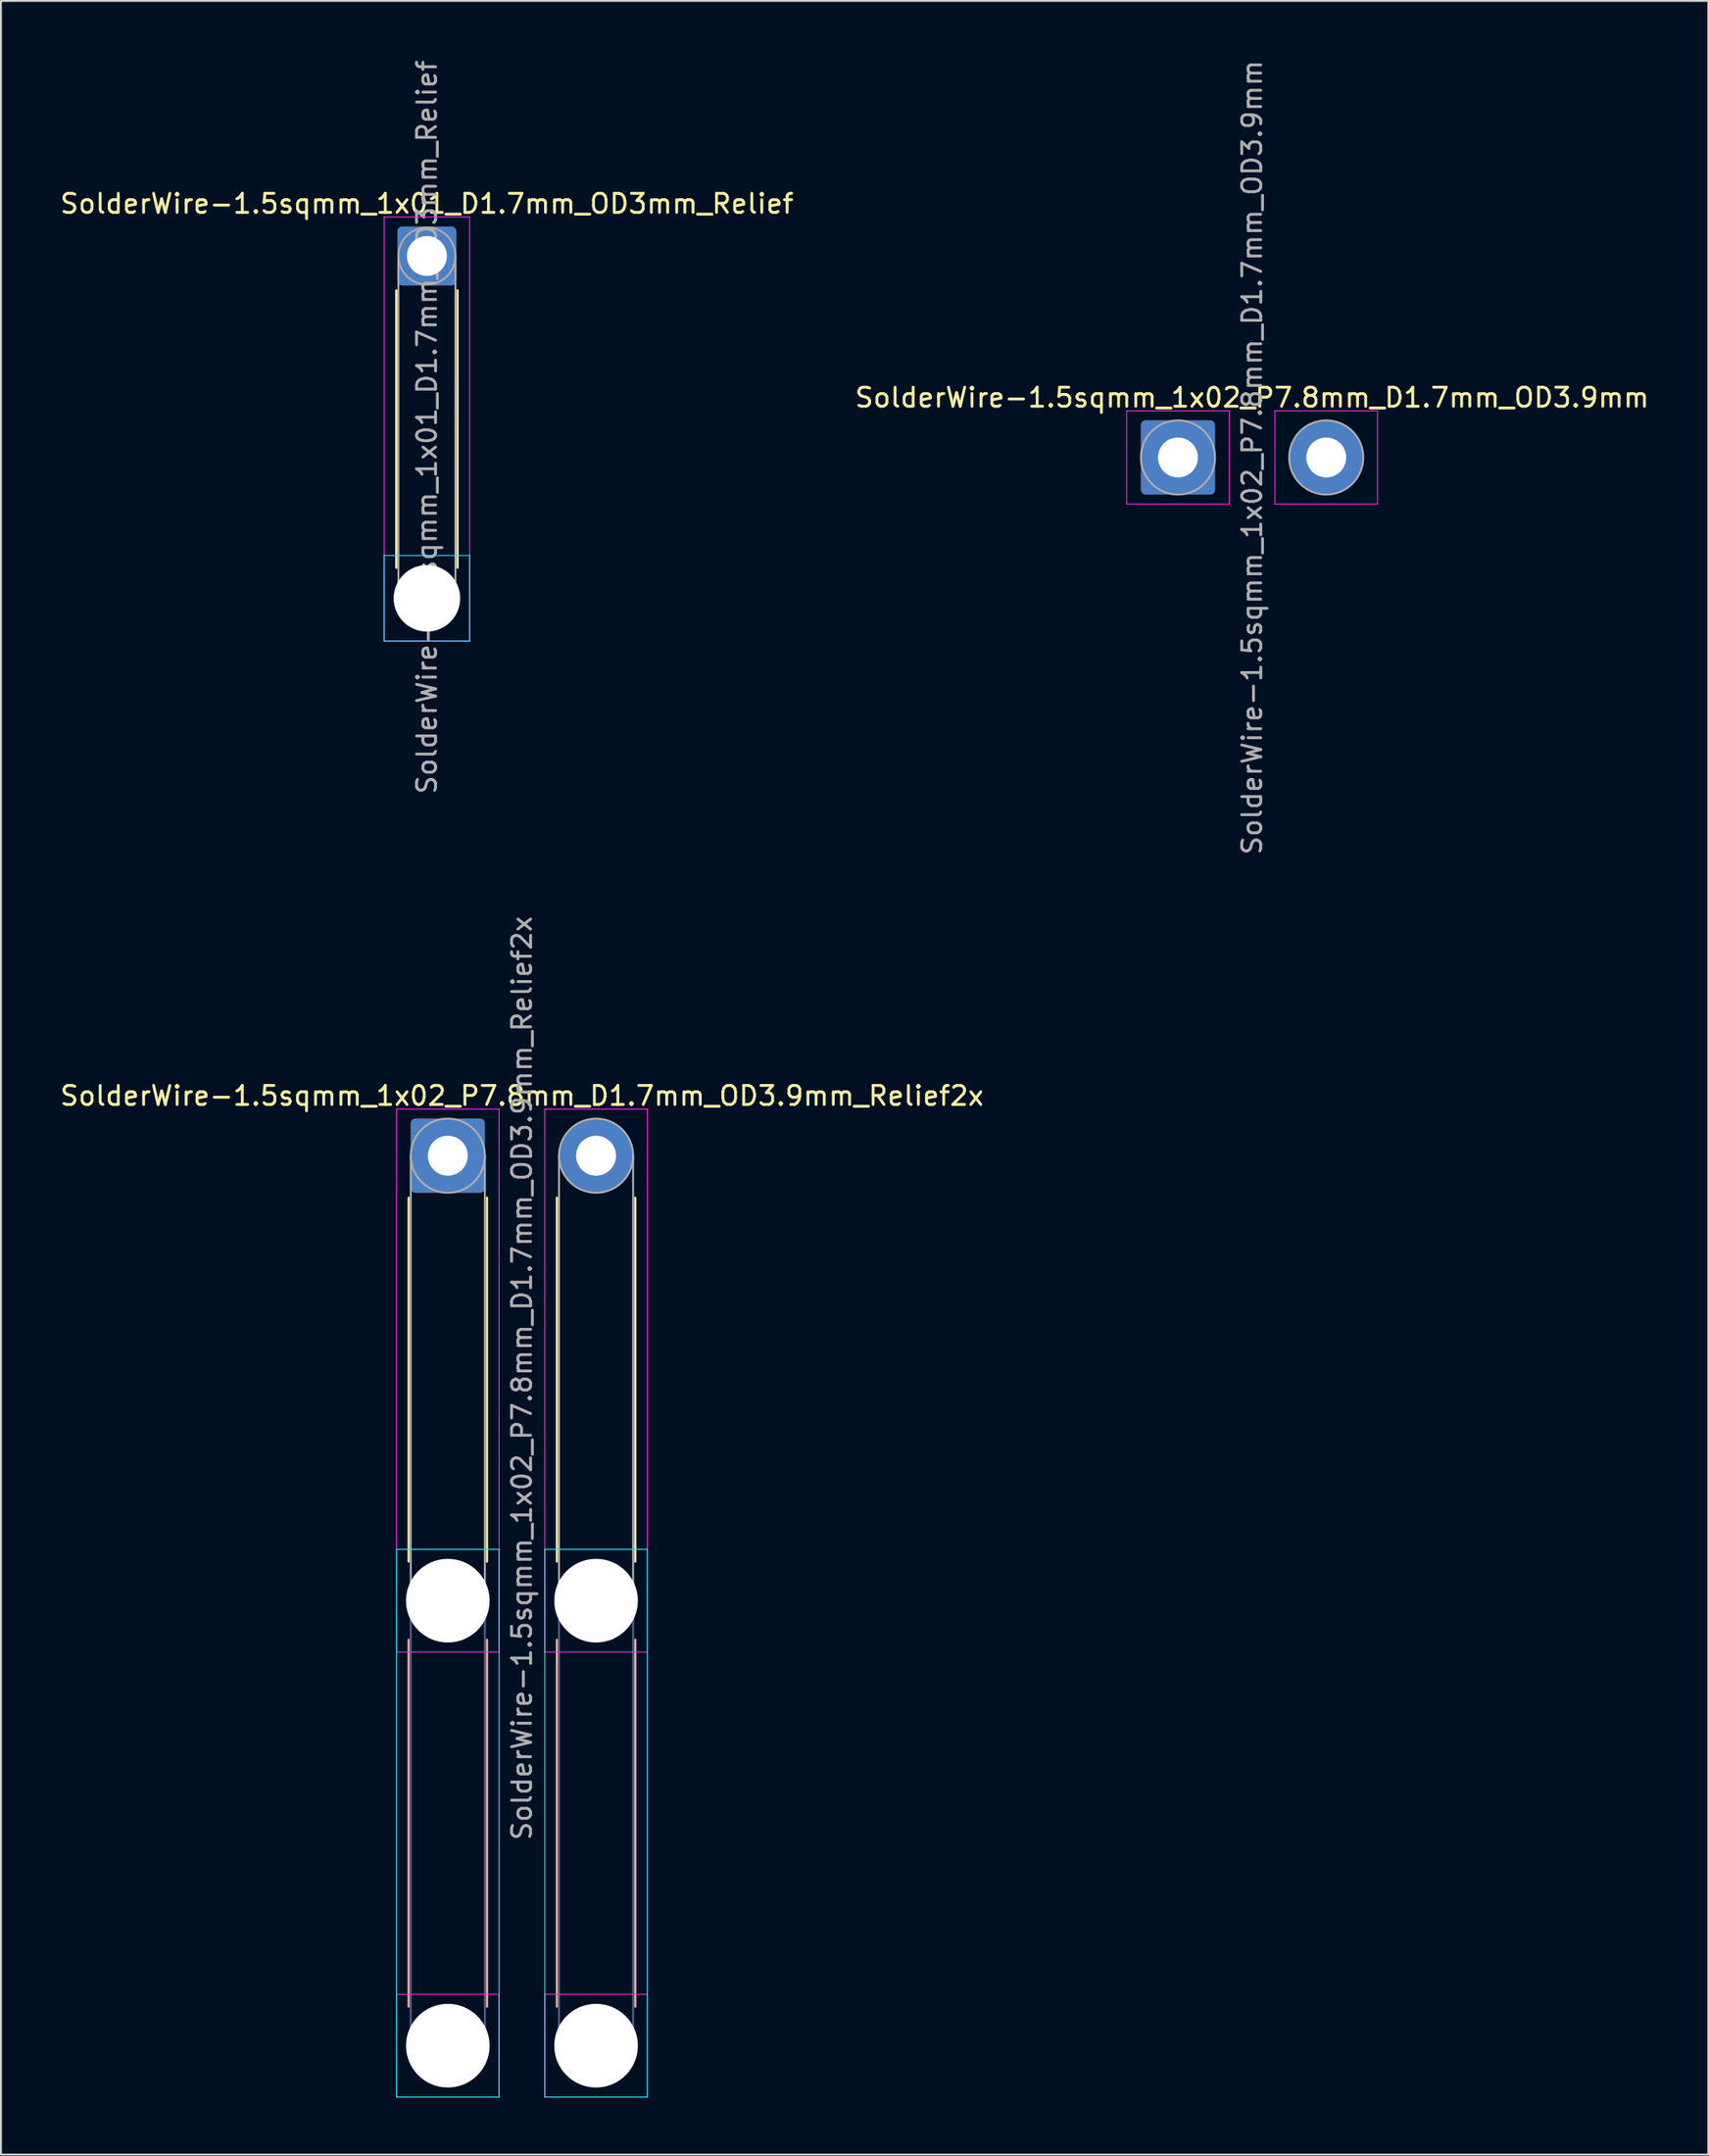
<source format=kicad_pcb>
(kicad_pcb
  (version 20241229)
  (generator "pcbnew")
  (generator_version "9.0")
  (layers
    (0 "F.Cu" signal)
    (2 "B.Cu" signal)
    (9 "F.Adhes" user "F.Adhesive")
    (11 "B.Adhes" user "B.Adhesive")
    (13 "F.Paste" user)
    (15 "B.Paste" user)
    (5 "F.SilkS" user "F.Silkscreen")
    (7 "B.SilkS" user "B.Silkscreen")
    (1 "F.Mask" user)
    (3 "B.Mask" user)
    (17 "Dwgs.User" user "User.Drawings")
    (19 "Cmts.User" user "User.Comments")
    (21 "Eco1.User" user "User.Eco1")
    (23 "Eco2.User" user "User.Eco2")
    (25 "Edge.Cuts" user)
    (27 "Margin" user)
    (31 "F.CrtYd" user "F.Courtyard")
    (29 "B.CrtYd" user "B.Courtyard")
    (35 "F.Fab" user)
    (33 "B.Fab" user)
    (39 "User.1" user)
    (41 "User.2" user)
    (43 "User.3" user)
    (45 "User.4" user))
  (footprint "SolderWire-1.5sqmm_1x02_P7.8mm_D1.7mm_OD3.9mm_Relief2x"
    (layer "F.Cu")
    (at 20.511 57.723)
    (property "Reference" "SolderWire-1.5sqmm_1x02_P7.8mm_D1.7mm_OD3.9mm_Relief2x" (at 3.9 -3.15 0) (layer "F.SilkS") (effects (font (size 1 1) (thickness 0.15))))
    (attr exclude_from_pos_files exclude_from_bom)
    (fp_line (start -2.06 2.21) (end -2.06 21.34) (stroke (width 0.12) (type solid)) (layer "F.SilkS"))
    (fp_line (start 2.06 2.21) (end 2.06 21.34) (stroke (width 0.12) (type solid)) (layer "F.SilkS"))
    (fp_line (start 5.74 2.21) (end 5.74 21.34) (stroke (width 0.12) (type solid)) (layer "F.SilkS"))
    (fp_line (start 9.86 2.21) (end 9.86 21.34) (stroke (width 0.12) (type solid)) (layer "F.SilkS"))
    (fp_line (start -2.06 25.46) (end -2.06 44.74) (stroke (width 0.12) (type solid)) (layer "B.SilkS"))
    (fp_line (start 2.06 25.46) (end 2.06 44.74) (stroke (width 0.12) (type solid)) (layer "B.SilkS"))
    (fp_line (start 5.74 25.46) (end 5.74 44.74) (stroke (width 0.12) (type solid)) (layer "B.SilkS"))
    (fp_line (start 9.86 25.46) (end 9.86 44.74) (stroke (width 0.12) (type solid)) (layer "B.SilkS"))
    (fp_line (start -2.7 20.7) (end -2.7 49.5) (stroke (width 0.05) (type solid)) (layer "B.CrtYd"))
    (fp_line (start -2.7 49.5) (end 2.7 49.5) (stroke (width 0.05) (type solid)) (layer "B.CrtYd"))
    (fp_line (start 2.7 20.7) (end -2.7 20.7) (stroke (width 0.05) (type solid)) (layer "B.CrtYd"))
    (fp_line (start 2.7 49.5) (end 2.7 20.7) (stroke (width 0.05) (type solid)) (layer "B.CrtYd"))
    (fp_line (start 5.1 20.7) (end 5.1 49.5) (stroke (width 0.05) (type solid)) (layer "B.CrtYd"))
    (fp_line (start 5.1 49.5) (end 10.5 49.5) (stroke (width 0.05) (type solid)) (layer "B.CrtYd"))
    (fp_line (start 10.5 20.7) (end 5.1 20.7) (stroke (width 0.05) (type solid)) (layer "B.CrtYd"))
    (fp_line (start 10.5 49.5) (end 10.5 20.7) (stroke (width 0.05) (type solid)) (layer "B.CrtYd"))
    (fp_line (start -2.7 -2.45) (end -2.7 26.1) (stroke (width 0.05) (type solid)) (layer "F.CrtYd"))
    (fp_line (start -2.7 26.1) (end 2.7 26.1) (stroke (width 0.05) (type solid)) (layer "F.CrtYd"))
    (fp_line (start -2.7 44.1) (end -2.7 49.5) (stroke (width 0.05) (type solid)) (layer "F.CrtYd"))
    (fp_line (start -2.7 49.5) (end 2.7 49.5) (stroke (width 0.05) (type solid)) (layer "F.CrtYd"))
    (fp_line (start 2.7 -2.45) (end -2.7 -2.45) (stroke (width 0.05) (type solid)) (layer "F.CrtYd"))
    (fp_line (start 2.7 26.1) (end 2.7 -2.45) (stroke (width 0.05) (type solid)) (layer "F.CrtYd"))
    (fp_line (start 2.7 44.1) (end -2.7 44.1) (stroke (width 0.05) (type solid)) (layer "F.CrtYd"))
    (fp_line (start 2.7 49.5) (end 2.7 44.1) (stroke (width 0.05) (type solid)) (layer "F.CrtYd"))
    (fp_line (start 5.1 -2.45) (end 5.1 26.1) (stroke (width 0.05) (type solid)) (layer "F.CrtYd"))
    (fp_line (start 5.1 26.1) (end 10.5 26.1) (stroke (width 0.05) (type solid)) (layer "F.CrtYd"))
    (fp_line (start 5.1 44.1) (end 5.1 49.5) (stroke (width 0.05) (type solid)) (layer "F.CrtYd"))
    (fp_line (start 5.1 49.5) (end 10.5 49.5) (stroke (width 0.05) (type solid)) (layer "F.CrtYd"))
    (fp_line (start 10.5 -2.45) (end 5.1 -2.45) (stroke (width 0.05) (type solid)) (layer "F.CrtYd"))
    (fp_line (start 10.5 26.1) (end 10.5 -2.45) (stroke (width 0.05) (type solid)) (layer "F.CrtYd"))
    (fp_line (start 10.5 44.1) (end 5.1 44.1) (stroke (width 0.05) (type solid)) (layer "F.CrtYd"))
    (fp_line (start 10.5 49.5) (end 10.5 44.1) (stroke (width 0.05) (type solid)) (layer "F.CrtYd"))
    (fp_line (start -1.95 23.4) (end -1.95 46.8) (stroke (width 0.1) (type solid)) (layer "B.Fab"))
    (fp_line (start 1.95 23.4) (end 1.95 46.8) (stroke (width 0.1) (type solid)) (layer "B.Fab"))
    (fp_line (start 5.85 23.4) (end 5.85 46.8) (stroke (width 0.1) (type solid)) (layer "B.Fab"))
    (fp_line (start 9.75 23.4) (end 9.75 46.8) (stroke (width 0.1) (type solid)) (layer "B.Fab"))
    (fp_circle (center 0 23.4) (end 1.95 23.4) (stroke (width 0.1) (type solid)) (fill no) (layer "B.Fab"))
    (fp_circle (center 0 46.8) (end 1.95 46.8) (stroke (width 0.1) (type solid)) (fill no) (layer "B.Fab"))
    (fp_circle (center 7.8 23.4) (end 9.75 23.4) (stroke (width 0.1) (type solid)) (fill no) (layer "B.Fab"))
    (fp_circle (center 7.8 46.8) (end 9.75 46.8) (stroke (width 0.1) (type solid)) (fill no) (layer "B.Fab"))
    (fp_line (start -1.95 0) (end -1.95 23.4) (stroke (width 0.1) (type solid)) (layer "F.Fab"))
    (fp_line (start 1.95 0) (end 1.95 23.4) (stroke (width 0.1) (type solid)) (layer "F.Fab"))
    (fp_line (start 5.85 0) (end 5.85 23.4) (stroke (width 0.1) (type solid)) (layer "F.Fab"))
    (fp_line (start 9.75 0) (end 9.75 23.4) (stroke (width 0.1) (type solid)) (layer "F.Fab"))
    (fp_circle (center 0 0) (end 1.95 0) (stroke (width 0.1) (type solid)) (fill no) (layer "F.Fab"))
    (fp_circle (center 0 23.4) (end 1.95 23.4) (stroke (width 0.1) (type solid)) (fill no) (layer "F.Fab"))
    (fp_circle (center 0 46.8) (end 1.95 46.8) (stroke (width 0.1) (type solid)) (fill no) (layer "F.Fab"))
    (fp_circle (center 7.8 0) (end 9.75 0) (stroke (width 0.1) (type solid)) (fill no) (layer "F.Fab"))
    (fp_circle (center 7.8 23.4) (end 9.75 23.4) (stroke (width 0.1) (type solid)) (fill no) (layer "F.Fab"))
    (fp_circle (center 7.8 46.8) (end 9.75 46.8) (stroke (width 0.1) (type solid)) (fill no) (layer "F.Fab"))
    (fp_text user "${REFERENCE}" (at 3.9 11.7 90) (layer "F.Fab") (effects (font (size 1 1) (thickness 0.15))))
    (pad "" np_thru_hole circle (at 0 23.4) (size 4.4 4.4) (drill 4.4) (layers "*.Cu" "*.Mask"))
    (pad "" np_thru_hole circle (at 0 46.8) (size 4.4 4.4) (drill 4.4) (layers "*.Cu" "*.Mask"))
    (pad "" np_thru_hole circle (at 7.8 23.4) (size 4.4 4.4) (drill 4.4) (layers "*.Cu" "*.Mask"))
    (pad "" np_thru_hole circle (at 7.8 46.8) (size 4.4 4.4) (drill 4.4) (layers "*.Cu" "*.Mask"))
    (pad "1" thru_hole roundrect (at 0 0) (size 3.9 3.9) (drill 2.1) (layers "*.Cu" "*.Mask") (roundrect_rratio 0.064))
    (pad "2" thru_hole circle (at 7.8 0) (size 3.9 3.9) (drill 2.1) (layers "*.Cu" "*.Mask")))
  (footprint "SolderWire-1.5sqmm_1x02_P7.8mm_D1.7mm_OD3.9mm"
    (layer "F.Cu")
    (at 58.927 21.006)
    (property "Reference" "SolderWire-1.5sqmm_1x02_P7.8mm_D1.7mm_OD3.9mm" (at 3.9 -3.15 0) (layer "F.SilkS") (effects (font (size 1 1) (thickness 0.15))))
    (attr exclude_from_pos_files exclude_from_bom)
    (fp_line (start -2.7 -2.45) (end -2.7 2.45) (stroke (width 0.05) (type solid)) (layer "F.CrtYd"))
    (fp_line (start -2.7 2.45) (end 2.7 2.45) (stroke (width 0.05) (type solid)) (layer "F.CrtYd"))
    (fp_line (start 2.7 -2.45) (end -2.7 -2.45) (stroke (width 0.05) (type solid)) (layer "F.CrtYd"))
    (fp_line (start 2.7 2.45) (end 2.7 -2.45) (stroke (width 0.05) (type solid)) (layer "F.CrtYd"))
    (fp_line (start 5.1 -2.45) (end 5.1 2.45) (stroke (width 0.05) (type solid)) (layer "F.CrtYd"))
    (fp_line (start 5.1 2.45) (end 10.5 2.45) (stroke (width 0.05) (type solid)) (layer "F.CrtYd"))
    (fp_line (start 10.5 -2.45) (end 5.1 -2.45) (stroke (width 0.05) (type solid)) (layer "F.CrtYd"))
    (fp_line (start 10.5 2.45) (end 10.5 -2.45) (stroke (width 0.05) (type solid)) (layer "F.CrtYd"))
    (fp_circle (center 0 0) (end 1.95 0) (stroke (width 0.1) (type solid)) (fill no) (layer "F.Fab"))
    (fp_circle (center 7.8 0) (end 9.75 0) (stroke (width 0.1) (type solid)) (fill no) (layer "F.Fab"))
    (fp_text user "${REFERENCE}" (at 3.9 0 90) (layer "F.Fab") (effects (font (size 1 1) (thickness 0.15))))
    (pad "1" thru_hole roundrect (at 0 0) (size 3.9 3.9) (drill 2.1) (layers "*.Cu" "*.Mask") (roundrect_rratio 0.064))
    (pad "2" thru_hole circle (at 7.8 0) (size 3.9 3.9) (drill 2.1) (layers "*.Cu" "*.Mask")))
  (footprint "SolderWire-1.5sqmm_1x01_D1.7mm_OD3mm_Relief"
    (layer "F.Cu")
    (at 19.411 10.411)
    (property "Reference" "SolderWire-1.5sqmm_1x01_D1.7mm_OD3mm_Relief" (at 0 -2.75 0) (layer "F.SilkS") (effects (font (size 1 1) (thickness 0.15))))
    (attr exclude_from_pos_files exclude_from_bom)
    (fp_line (start -1.61 1.81) (end -1.61 16.39) (stroke (width 0.12) (type solid)) (layer "F.SilkS"))
    (fp_line (start 1.61 1.81) (end 1.61 16.39) (stroke (width 0.12) (type solid)) (layer "F.SilkS"))
    (fp_line (start -2.25 15.75) (end -2.25 20.25) (stroke (width 0.05) (type solid)) (layer "B.CrtYd"))
    (fp_line (start -2.25 20.25) (end 2.25 20.25) (stroke (width 0.05) (type solid)) (layer "B.CrtYd"))
    (fp_line (start 2.25 15.75) (end -2.25 15.75) (stroke (width 0.05) (type solid)) (layer "B.CrtYd"))
    (fp_line (start 2.25 20.25) (end 2.25 15.75) (stroke (width 0.05) (type solid)) (layer "B.CrtYd"))
    (fp_line (start -2.25 -2.05) (end -2.25 20.25) (stroke (width 0.05) (type solid)) (layer "F.CrtYd"))
    (fp_line (start -2.25 20.25) (end 2.25 20.25) (stroke (width 0.05) (type solid)) (layer "F.CrtYd"))
    (fp_line (start 2.25 -2.05) (end -2.25 -2.05) (stroke (width 0.05) (type solid)) (layer "F.CrtYd"))
    (fp_line (start 2.25 20.25) (end 2.25 -2.05) (stroke (width 0.05) (type solid)) (layer "F.CrtYd"))
    (fp_line (start -1.5 0) (end -1.5 18) (stroke (width 0.1) (type solid)) (layer "F.Fab"))
    (fp_line (start 1.5 0) (end 1.5 18) (stroke (width 0.1) (type solid)) (layer "F.Fab"))
    (fp_circle (center 0 0) (end 1.5 0) (stroke (width 0.1) (type solid)) (fill no) (layer "F.Fab"))
    (fp_circle (center 0 18) (end 1.5 18) (stroke (width 0.1) (type solid)) (fill no) (layer "F.Fab"))
    (fp_text user "${REFERENCE}" (at 0 9 90) (layer "F.Fab") (effects (font (size 1 1) (thickness 0.15))))
    (pad "" np_thru_hole circle (at 0 18) (size 3.5 3.5) (drill 3.5) (layers "*.Cu" "*.Mask"))
    (pad "1" thru_hole roundrect (at 0 0) (size 3.1 3.1) (drill 2.1) (layers "*.Cu" "*.Mask") (roundrect_rratio 0.081)))
  (gr_rect
    (start -3 -3)
    (end 86.833 110.248)
    (stroke (width 0.1) (type default))
    (fill no)
    (layer "Edge.Cuts")))
</source>
